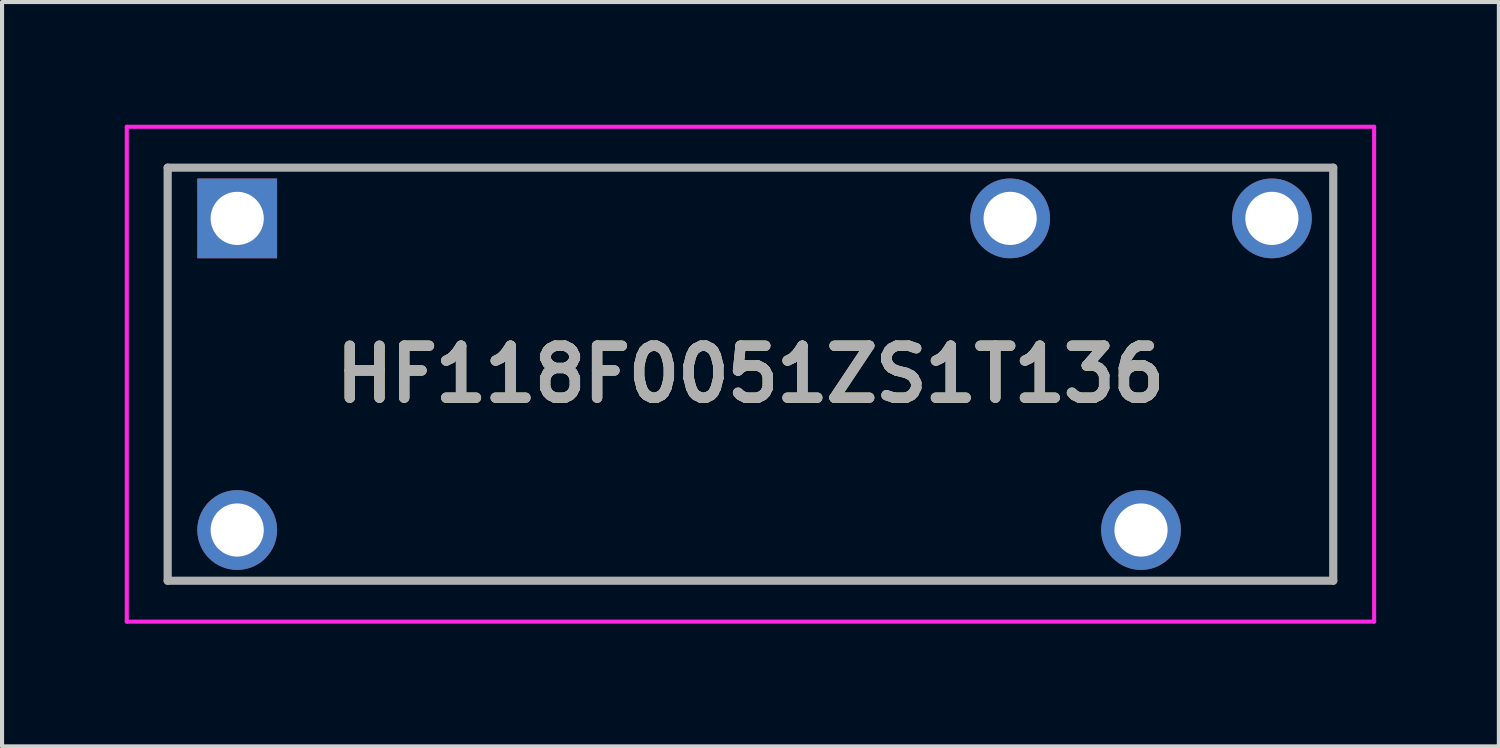
<source format=kicad_pcb>
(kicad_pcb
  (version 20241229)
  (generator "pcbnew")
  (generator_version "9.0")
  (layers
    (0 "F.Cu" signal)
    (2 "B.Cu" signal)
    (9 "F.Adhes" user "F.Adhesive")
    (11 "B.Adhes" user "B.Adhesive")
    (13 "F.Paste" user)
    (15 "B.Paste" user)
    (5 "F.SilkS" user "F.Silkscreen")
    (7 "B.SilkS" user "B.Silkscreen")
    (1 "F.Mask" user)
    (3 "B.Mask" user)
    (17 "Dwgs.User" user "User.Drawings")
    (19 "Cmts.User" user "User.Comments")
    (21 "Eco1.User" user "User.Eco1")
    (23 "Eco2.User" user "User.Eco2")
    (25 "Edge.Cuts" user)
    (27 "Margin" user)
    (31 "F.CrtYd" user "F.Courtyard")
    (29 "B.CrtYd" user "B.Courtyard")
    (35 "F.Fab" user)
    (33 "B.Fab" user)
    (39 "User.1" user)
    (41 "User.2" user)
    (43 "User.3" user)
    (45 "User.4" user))
  (footprint "HF118F0051ZS1T136"
    (layer "F.Cu")
    (at 2.75 2.29)
    (property "Reference" "HF118F0051ZS1T136" (at 12.55 3.81 0) (layer "F.SilkS") (effects (font (size 1.27 1.27) (thickness 0.254))))
    (attr through_hole)
    (fp_line (start -1.7 -1.24) (end -1.7 8.86) (stroke (width 0.1) (type solid)) (layer "F.SilkS"))
    (fp_line (start -1.7 8.86) (end 26.8 8.86) (stroke (width 0.1) (type solid)) (layer "F.SilkS"))
    (fp_line (start 26.8 -1.24) (end -1.7 -1.24) (stroke (width 0.1) (type solid)) (layer "F.SilkS"))
    (fp_line (start 26.8 8.86) (end 26.8 -1.24) (stroke (width 0.1) (type solid)) (layer "F.SilkS"))
    (fp_line (start -2.7 -2.24) (end -2.7 9.86) (stroke (width 0.1) (type solid)) (layer "F.CrtYd"))
    (fp_line (start -2.7 9.86) (end 27.8 9.86) (stroke (width 0.1) (type solid)) (layer "F.CrtYd"))
    (fp_line (start 27.8 -2.24) (end -2.7 -2.24) (stroke (width 0.1) (type solid)) (layer "F.CrtYd"))
    (fp_line (start 27.8 9.86) (end 27.8 -2.24) (stroke (width 0.1) (type solid)) (layer "F.CrtYd"))
    (fp_line (start -1.7 -1.24) (end -1.7 8.86) (stroke (width 0.2) (type solid)) (layer "F.Fab"))
    (fp_line (start -1.7 8.86) (end 26.8 8.86) (stroke (width 0.2) (type solid)) (layer "F.Fab"))
    (fp_line (start 26.8 -1.24) (end -1.7 -1.24) (stroke (width 0.2) (type solid)) (layer "F.Fab"))
    (fp_line (start 26.8 8.86) (end 26.8 -1.24) (stroke (width 0.2) (type solid)) (layer "F.Fab"))
    (fp_text user "${REFERENCE}" (at 12.55 3.81 0) (layer "F.Fab") (effects (font (size 1.27 1.27) (thickness 0.254))))
    (pad "1" thru_hole rect (at 0 0) (size 1.95 1.95) (drill 1.3) (layers "*.Cu" "*.Mask"))
    (pad "2" thru_hole circle (at 0 7.62) (size 1.95 1.95) (drill 1.3) (layers "*.Cu" "*.Mask"))
    (pad "3" thru_hole circle (at 22.1 7.62) (size 1.95 1.95) (drill 1.3) (layers "*.Cu" "*.Mask"))
    (pad "4" thru_hole circle (at 25.3 0) (size 1.95 1.95) (drill 1.3) (layers "*.Cu" "*.Mask"))
    (pad "5" thru_hole circle (at 18.9 0) (size 1.95 1.95) (drill 1.3) (layers "*.Cu" "*.Mask")))
  (gr_rect
    (start -3 -3)
    (end 33.6 15.2)
    (stroke (width 0.1) (type default))
    (fill no)
    (layer "Edge.Cuts")))
</source>
